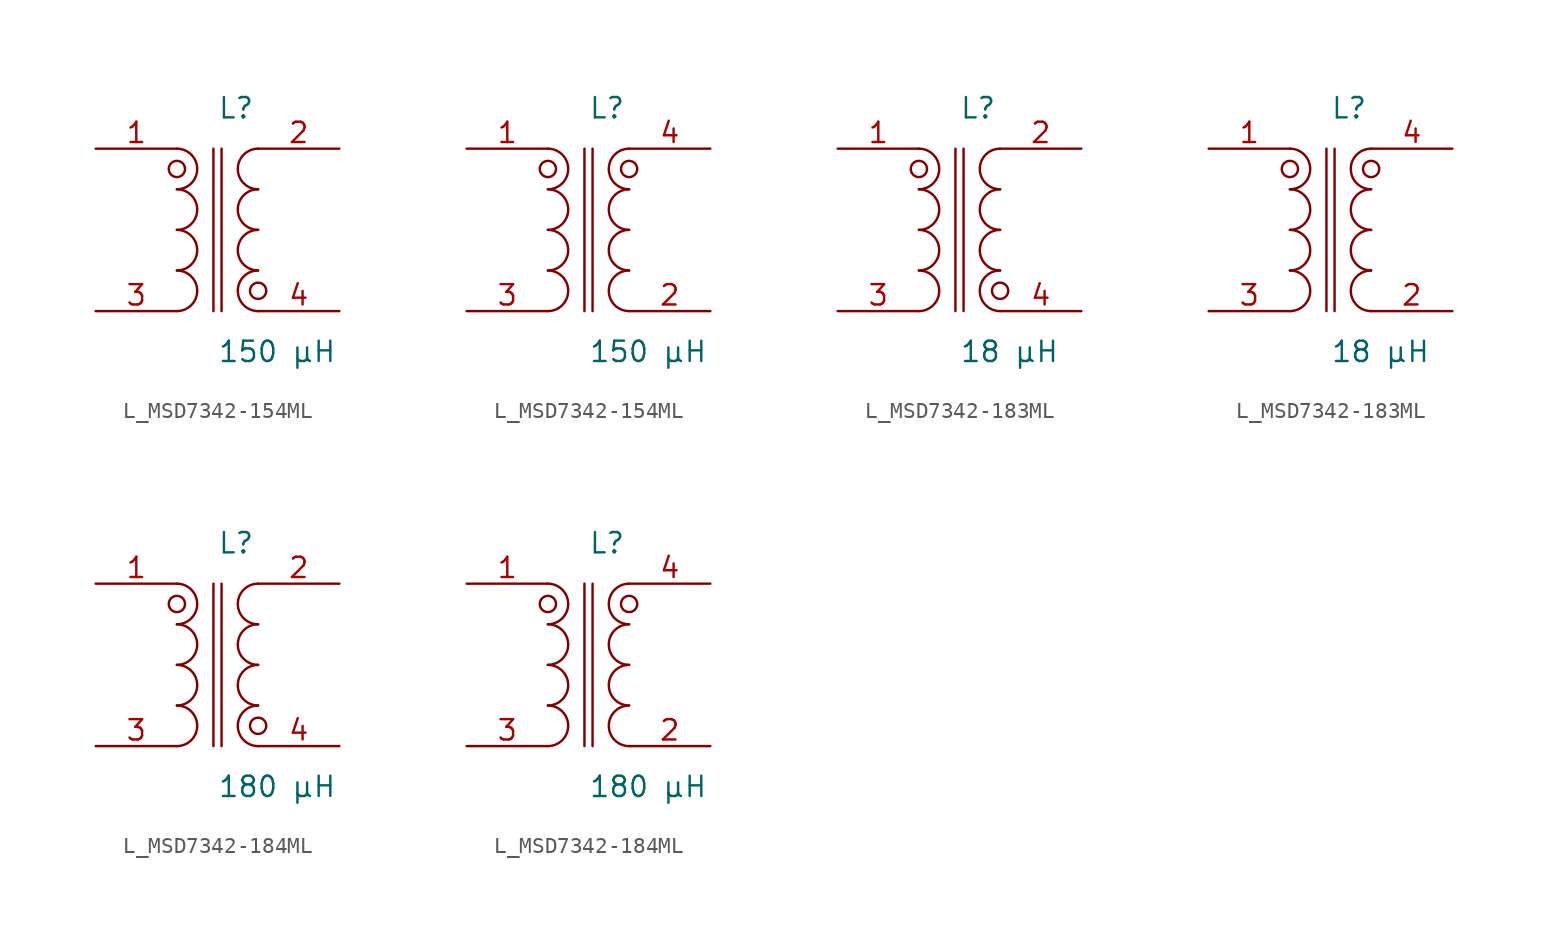
<source format=kicad_sym>
(kicad_symbol_lib
  (version 20231120)
  (generator kicad_symbol_editor)
  (generator_version 8.0)
  (symbol "L_MSD7342-154ML"
    (pin_names
      (offset 0.254))
    (property "Reference" "L"
      (at 0.0 7.62 0)
      (effects (font (size 1.27 1.27)) (justify left)))
    (property "Value" "150 µH"
      (at 0.0 -7.62 0)
      (effects (font (size 1.27 1.27)) (justify left)))
    (symbol "L_MSD7342-154ML_1_1"
      (arc (start -2.54 -5.08) (mid -1.27 -3.81) (end -2.54 -2.54) (stroke (width 0) (type default)) (fill (type none)))
      (arc (start -2.54 -2.54) (mid -1.27 -1.27) (end -2.54 0.0) (stroke (width 0) (type default)) (fill (type none)))
      (arc (start -2.54 0.0) (mid -1.27 1.27) (end -2.54 2.54) (stroke (width 0) (type default)) (fill (type none)))
      (arc (start -2.54 2.54) (mid -1.27 3.81) (end -2.54 5.08) (stroke (width 0) (type default)) (fill (type none)))
      (arc (start 2.54 -5.08) (mid 1.27 -3.81) (end 2.54 -2.54) (stroke (width 0) (type default)) (fill (type none)))
      (arc (start 2.54 -2.54) (mid 1.27 -1.27) (end 2.54 0.0) (stroke (width 0) (type default)) (fill (type none)))
      (arc (start 2.54 0.0) (mid 1.27 1.27) (end 2.54 2.54) (stroke (width 0) (type default)) (fill (type none)))
      (arc (start 2.54 2.54) (mid 1.27 3.81) (end 2.54 5.08) (stroke (width 0) (type default)) (fill (type none)))
      (circle (center -2.54 3.81) (radius 0.508) (stroke (width 0) (type default)) (fill (type none)))
      (circle (center 2.54 -3.81) (radius 0.508) (stroke (width 0) (type default)) (fill (type none)))
      (polyline (pts (xy -0.254 5.08) (xy -0.254 -5.08)) (stroke (width 0) (type default)) (fill (type none)))
      (polyline (pts (xy 0.254 5.08) (xy 0.254 -5.08)) (stroke (width 0) (type default)) (fill (type none)))
      (pin unspecified line (at -7.62 5.08 0) (length 5.08) (name "" (effects (font (size 1.27 1.27)))) (number "1" (effects (font (size 1.27 1.27)))))
      (pin unspecified line (at -7.62 -5.08 0) (length 5.08) (name "" (effects (font (size 1.27 1.27)))) (number "3" (effects (font (size 1.27 1.27)))))
      (pin unspecified line (at 7.62 5.08 180) (length 5.08) (name "" (effects (font (size 1.27 1.27)))) (number "2" (effects (font (size 1.27 1.27)))))
      (pin unspecified line (at 7.62 -5.08 180) (length 5.08) (name "" (effects (font (size 1.27 1.27)))) (number "4" (effects (font (size 1.27 1.27))))))
    (symbol "L_MSD7342-154ML_1_2"
      (arc (start -2.54 -5.08) (mid -1.27 -3.81) (end -2.54 -2.54) (stroke (width 0) (type default)) (fill (type none)))
      (arc (start -2.54 -2.54) (mid -1.27 -1.27) (end -2.54 0.0) (stroke (width 0) (type default)) (fill (type none)))
      (arc (start -2.54 0.0) (mid -1.27 1.27) (end -2.54 2.54) (stroke (width 0) (type default)) (fill (type none)))
      (arc (start -2.54 2.54) (mid -1.27 3.81) (end -2.54 5.08) (stroke (width 0) (type default)) (fill (type none)))
      (arc (start 2.54 -5.08) (mid 1.27 -3.81) (end 2.54 -2.54) (stroke (width 0) (type default)) (fill (type none)))
      (arc (start 2.54 -2.54) (mid 1.27 -1.27) (end 2.54 0.0) (stroke (width 0) (type default)) (fill (type none)))
      (arc (start 2.54 0.0) (mid 1.27 1.27) (end 2.54 2.54) (stroke (width 0) (type default)) (fill (type none)))
      (arc (start 2.54 2.54) (mid 1.27 3.81) (end 2.54 5.08) (stroke (width 0) (type default)) (fill (type none)))
      (circle (center -2.54 3.81) (radius 0.508) (stroke (width 0) (type default)) (fill (type none)))
      (circle (center 2.54 3.81) (radius 0.508) (stroke (width 0) (type default)) (fill (type none)))
      (polyline (pts (xy -0.254 5.08) (xy -0.254 -5.08)) (stroke (width 0) (type default)) (fill (type none)))
      (polyline (pts (xy 0.254 5.08) (xy 0.254 -5.08)) (stroke (width 0) (type default)) (fill (type none)))
      (pin unspecified line (at -7.62 5.08 0) (length 5.08) (name "" (effects (font (size 1.27 1.27)))) (number "1" (effects (font (size 1.27 1.27)))))
      (pin unspecified line (at -7.62 -5.08 0) (length 5.08) (name "" (effects (font (size 1.27 1.27)))) (number "3" (effects (font (size 1.27 1.27)))))
      (pin unspecified line (at 7.62 -5.08 180) (length 5.08) (name "" (effects (font (size 1.27 1.27)))) (number "2" (effects (font (size 1.27 1.27)))))
      (pin unspecified line (at 7.62 5.08 180) (length 5.08) (name "" (effects (font (size 1.27 1.27)))) (number "4" (effects (font (size 1.27 1.27)))))))
  (symbol "L_MSD7342-183ML"
    (pin_names
      (offset 0.254))
    (property "Reference" "L"
      (at 0.0 7.62 0)
      (effects (font (size 1.27 1.27)) (justify left)))
    (property "Value" "18 µH"
      (at 0.0 -7.62 0)
      (effects (font (size 1.27 1.27)) (justify left)))
    (symbol "L_MSD7342-183ML_1_1"
      (arc (start -2.54 -5.08) (mid -1.27 -3.81) (end -2.54 -2.54) (stroke (width 0) (type default)) (fill (type none)))
      (arc (start -2.54 -2.54) (mid -1.27 -1.27) (end -2.54 0.0) (stroke (width 0) (type default)) (fill (type none)))
      (arc (start -2.54 0.0) (mid -1.27 1.27) (end -2.54 2.54) (stroke (width 0) (type default)) (fill (type none)))
      (arc (start -2.54 2.54) (mid -1.27 3.81) (end -2.54 5.08) (stroke (width 0) (type default)) (fill (type none)))
      (arc (start 2.54 -5.08) (mid 1.27 -3.81) (end 2.54 -2.54) (stroke (width 0) (type default)) (fill (type none)))
      (arc (start 2.54 -2.54) (mid 1.27 -1.27) (end 2.54 0.0) (stroke (width 0) (type default)) (fill (type none)))
      (arc (start 2.54 0.0) (mid 1.27 1.27) (end 2.54 2.54) (stroke (width 0) (type default)) (fill (type none)))
      (arc (start 2.54 2.54) (mid 1.27 3.81) (end 2.54 5.08) (stroke (width 0) (type default)) (fill (type none)))
      (circle (center -2.54 3.81) (radius 0.508) (stroke (width 0) (type default)) (fill (type none)))
      (circle (center 2.54 -3.81) (radius 0.508) (stroke (width 0) (type default)) (fill (type none)))
      (polyline (pts (xy -0.254 5.08) (xy -0.254 -5.08)) (stroke (width 0) (type default)) (fill (type none)))
      (polyline (pts (xy 0.254 5.08) (xy 0.254 -5.08)) (stroke (width 0) (type default)) (fill (type none)))
      (pin unspecified line (at -7.62 5.08 0) (length 5.08) (name "" (effects (font (size 1.27 1.27)))) (number "1" (effects (font (size 1.27 1.27)))))
      (pin unspecified line (at -7.62 -5.08 0) (length 5.08) (name "" (effects (font (size 1.27 1.27)))) (number "3" (effects (font (size 1.27 1.27)))))
      (pin unspecified line (at 7.62 5.08 180) (length 5.08) (name "" (effects (font (size 1.27 1.27)))) (number "2" (effects (font (size 1.27 1.27)))))
      (pin unspecified line (at 7.62 -5.08 180) (length 5.08) (name "" (effects (font (size 1.27 1.27)))) (number "4" (effects (font (size 1.27 1.27))))))
    (symbol "L_MSD7342-183ML_1_2"
      (arc (start -2.54 -5.08) (mid -1.27 -3.81) (end -2.54 -2.54) (stroke (width 0) (type default)) (fill (type none)))
      (arc (start -2.54 -2.54) (mid -1.27 -1.27) (end -2.54 0.0) (stroke (width 0) (type default)) (fill (type none)))
      (arc (start -2.54 0.0) (mid -1.27 1.27) (end -2.54 2.54) (stroke (width 0) (type default)) (fill (type none)))
      (arc (start -2.54 2.54) (mid -1.27 3.81) (end -2.54 5.08) (stroke (width 0) (type default)) (fill (type none)))
      (arc (start 2.54 -5.08) (mid 1.27 -3.81) (end 2.54 -2.54) (stroke (width 0) (type default)) (fill (type none)))
      (arc (start 2.54 -2.54) (mid 1.27 -1.27) (end 2.54 0.0) (stroke (width 0) (type default)) (fill (type none)))
      (arc (start 2.54 0.0) (mid 1.27 1.27) (end 2.54 2.54) (stroke (width 0) (type default)) (fill (type none)))
      (arc (start 2.54 2.54) (mid 1.27 3.81) (end 2.54 5.08) (stroke (width 0) (type default)) (fill (type none)))
      (circle (center -2.54 3.81) (radius 0.508) (stroke (width 0) (type default)) (fill (type none)))
      (circle (center 2.54 3.81) (radius 0.508) (stroke (width 0) (type default)) (fill (type none)))
      (polyline (pts (xy -0.254 5.08) (xy -0.254 -5.08)) (stroke (width 0) (type default)) (fill (type none)))
      (polyline (pts (xy 0.254 5.08) (xy 0.254 -5.08)) (stroke (width 0) (type default)) (fill (type none)))
      (pin unspecified line (at -7.62 5.08 0) (length 5.08) (name "" (effects (font (size 1.27 1.27)))) (number "1" (effects (font (size 1.27 1.27)))))
      (pin unspecified line (at -7.62 -5.08 0) (length 5.08) (name "" (effects (font (size 1.27 1.27)))) (number "3" (effects (font (size 1.27 1.27)))))
      (pin unspecified line (at 7.62 -5.08 180) (length 5.08) (name "" (effects (font (size 1.27 1.27)))) (number "2" (effects (font (size 1.27 1.27)))))
      (pin unspecified line (at 7.62 5.08 180) (length 5.08) (name "" (effects (font (size 1.27 1.27)))) (number "4" (effects (font (size 1.27 1.27)))))))
  (symbol "L_MSD7342-184ML"
    (pin_names
      (offset 0.254))
    (property "Reference" "L"
      (at 0.0 7.62 0)
      (effects (font (size 1.27 1.27)) (justify left)))
    (property "Value" "180 µH"
      (at 0.0 -7.62 0)
      (effects (font (size 1.27 1.27)) (justify left)))
    (symbol "L_MSD7342-184ML_1_1"
      (arc (start -2.54 -5.08) (mid -1.27 -3.81) (end -2.54 -2.54) (stroke (width 0) (type default)) (fill (type none)))
      (arc (start -2.54 -2.54) (mid -1.27 -1.27) (end -2.54 0.0) (stroke (width 0) (type default)) (fill (type none)))
      (arc (start -2.54 0.0) (mid -1.27 1.27) (end -2.54 2.54) (stroke (width 0) (type default)) (fill (type none)))
      (arc (start -2.54 2.54) (mid -1.27 3.81) (end -2.54 5.08) (stroke (width 0) (type default)) (fill (type none)))
      (arc (start 2.54 -5.08) (mid 1.27 -3.81) (end 2.54 -2.54) (stroke (width 0) (type default)) (fill (type none)))
      (arc (start 2.54 -2.54) (mid 1.27 -1.27) (end 2.54 0.0) (stroke (width 0) (type default)) (fill (type none)))
      (arc (start 2.54 0.0) (mid 1.27 1.27) (end 2.54 2.54) (stroke (width 0) (type default)) (fill (type none)))
      (arc (start 2.54 2.54) (mid 1.27 3.81) (end 2.54 5.08) (stroke (width 0) (type default)) (fill (type none)))
      (circle (center -2.54 3.81) (radius 0.508) (stroke (width 0) (type default)) (fill (type none)))
      (circle (center 2.54 -3.81) (radius 0.508) (stroke (width 0) (type default)) (fill (type none)))
      (polyline (pts (xy -0.254 5.08) (xy -0.254 -5.08)) (stroke (width 0) (type default)) (fill (type none)))
      (polyline (pts (xy 0.254 5.08) (xy 0.254 -5.08)) (stroke (width 0) (type default)) (fill (type none)))
      (pin unspecified line (at -7.62 5.08 0) (length 5.08) (name "" (effects (font (size 1.27 1.27)))) (number "1" (effects (font (size 1.27 1.27)))))
      (pin unspecified line (at -7.62 -5.08 0) (length 5.08) (name "" (effects (font (size 1.27 1.27)))) (number "3" (effects (font (size 1.27 1.27)))))
      (pin unspecified line (at 7.62 5.08 180) (length 5.08) (name "" (effects (font (size 1.27 1.27)))) (number "2" (effects (font (size 1.27 1.27)))))
      (pin unspecified line (at 7.62 -5.08 180) (length 5.08) (name "" (effects (font (size 1.27 1.27)))) (number "4" (effects (font (size 1.27 1.27))))))
    (symbol "L_MSD7342-184ML_1_2"
      (arc (start -2.54 -5.08) (mid -1.27 -3.81) (end -2.54 -2.54) (stroke (width 0) (type default)) (fill (type none)))
      (arc (start -2.54 -2.54) (mid -1.27 -1.27) (end -2.54 0.0) (stroke (width 0) (type default)) (fill (type none)))
      (arc (start -2.54 0.0) (mid -1.27 1.27) (end -2.54 2.54) (stroke (width 0) (type default)) (fill (type none)))
      (arc (start -2.54 2.54) (mid -1.27 3.81) (end -2.54 5.08) (stroke (width 0) (type default)) (fill (type none)))
      (arc (start 2.54 -5.08) (mid 1.27 -3.81) (end 2.54 -2.54) (stroke (width 0) (type default)) (fill (type none)))
      (arc (start 2.54 -2.54) (mid 1.27 -1.27) (end 2.54 0.0) (stroke (width 0) (type default)) (fill (type none)))
      (arc (start 2.54 0.0) (mid 1.27 1.27) (end 2.54 2.54) (stroke (width 0) (type default)) (fill (type none)))
      (arc (start 2.54 2.54) (mid 1.27 3.81) (end 2.54 5.08) (stroke (width 0) (type default)) (fill (type none)))
      (circle (center -2.54 3.81) (radius 0.508) (stroke (width 0) (type default)) (fill (type none)))
      (circle (center 2.54 3.81) (radius 0.508) (stroke (width 0) (type default)) (fill (type none)))
      (polyline (pts (xy -0.254 5.08) (xy -0.254 -5.08)) (stroke (width 0) (type default)) (fill (type none)))
      (polyline (pts (xy 0.254 5.08) (xy 0.254 -5.08)) (stroke (width 0) (type default)) (fill (type none)))
      (pin unspecified line (at -7.62 5.08 0) (length 5.08) (name "" (effects (font (size 1.27 1.27)))) (number "1" (effects (font (size 1.27 1.27)))))
      (pin unspecified line (at -7.62 -5.08 0) (length 5.08) (name "" (effects (font (size 1.27 1.27)))) (number "3" (effects (font (size 1.27 1.27)))))
      (pin unspecified line (at 7.62 -5.08 180) (length 5.08) (name "" (effects (font (size 1.27 1.27)))) (number "2" (effects (font (size 1.27 1.27)))))
      (pin unspecified line (at 7.62 5.08 180) (length 5.08) (name "" (effects (font (size 1.27 1.27)))) (number "4" (effects (font (size 1.27 1.27))))))))
</source>
